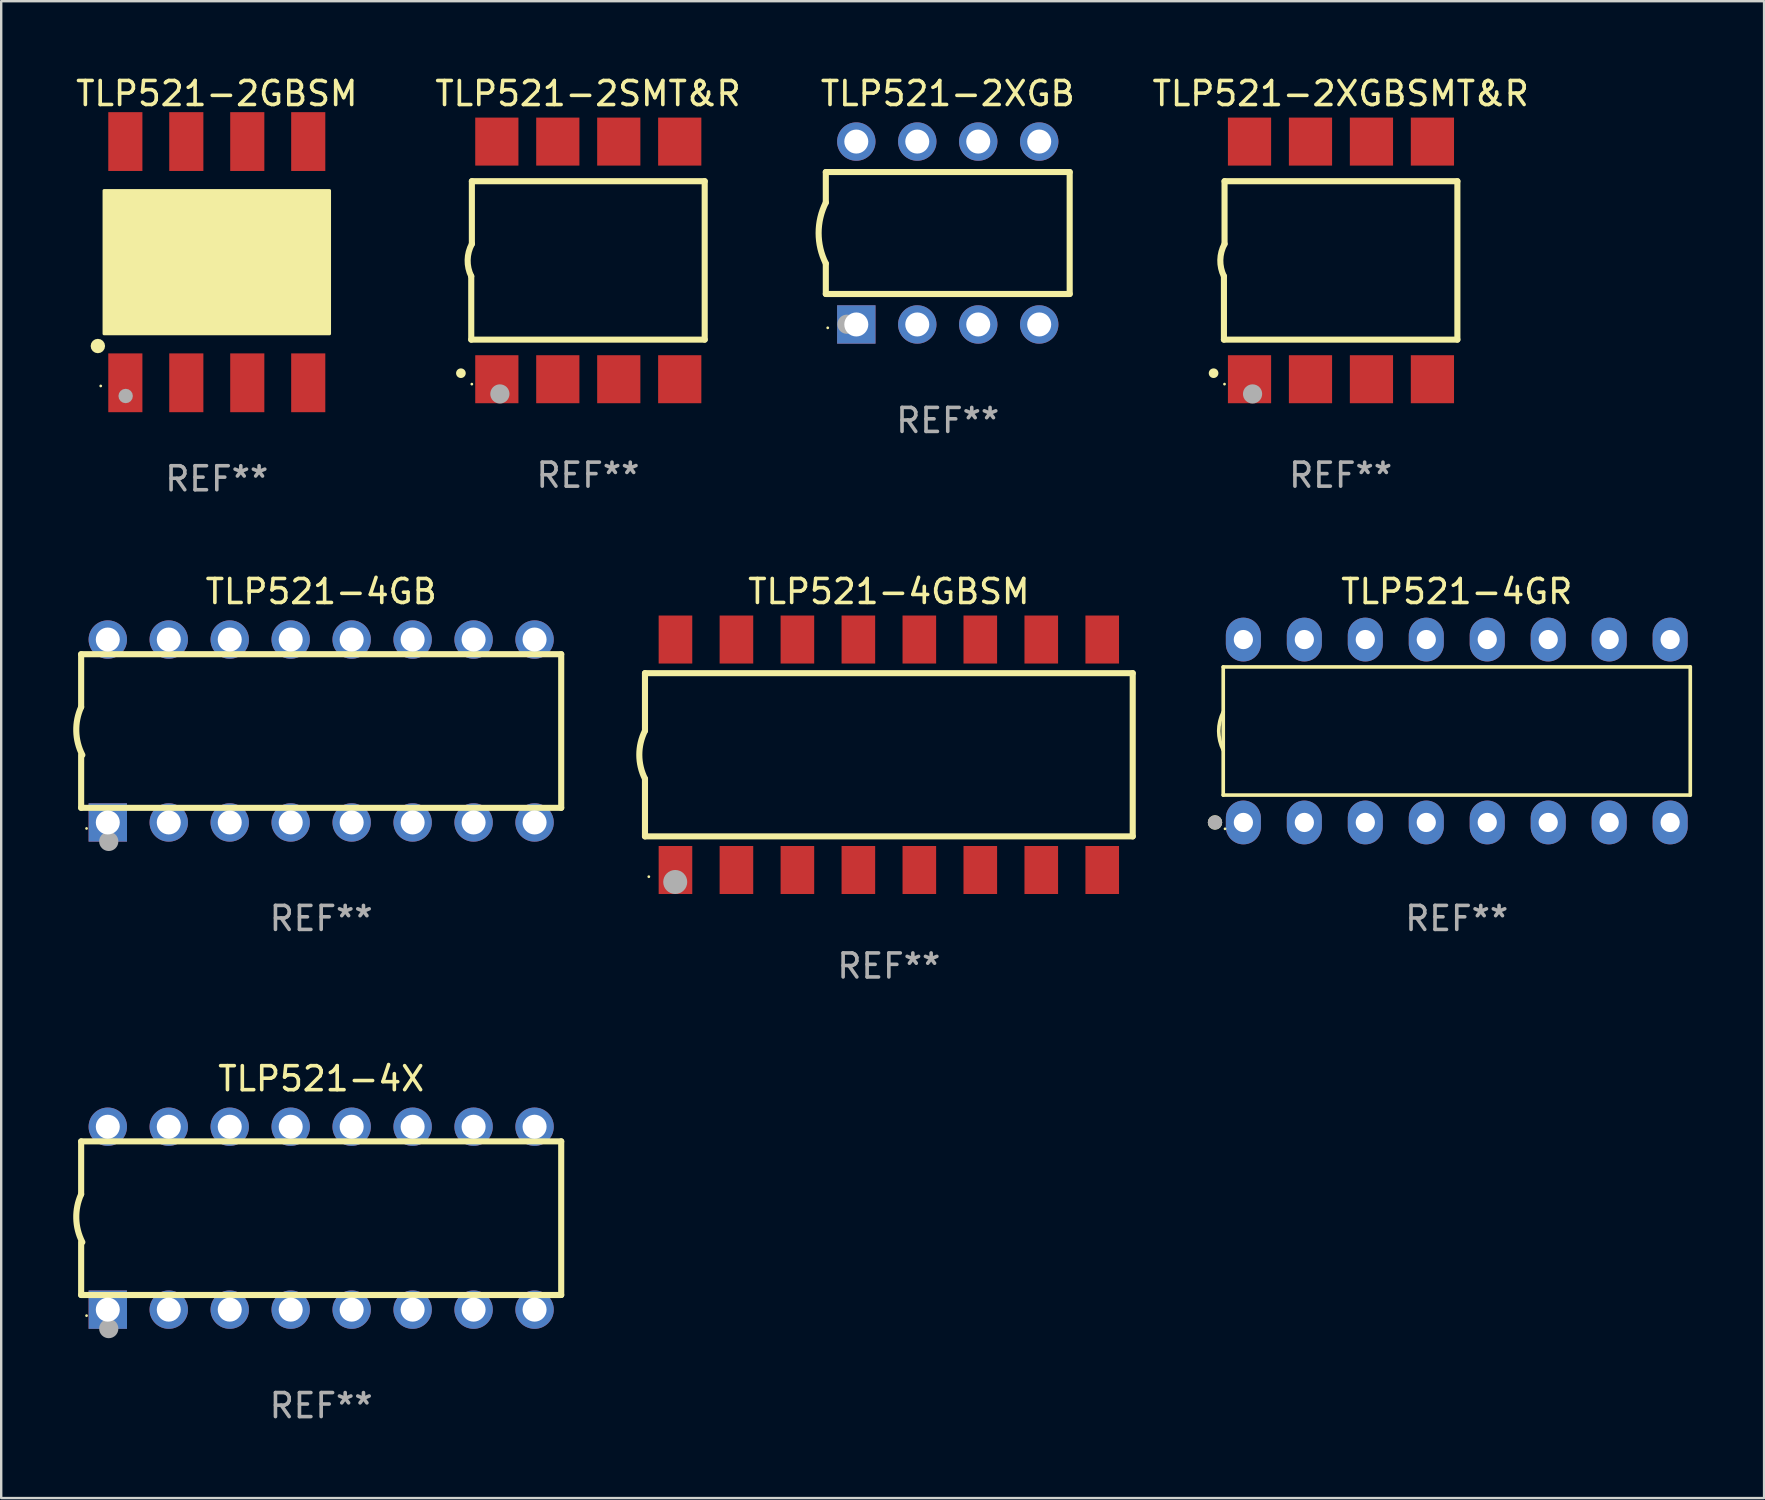
<source format=kicad_pcb>
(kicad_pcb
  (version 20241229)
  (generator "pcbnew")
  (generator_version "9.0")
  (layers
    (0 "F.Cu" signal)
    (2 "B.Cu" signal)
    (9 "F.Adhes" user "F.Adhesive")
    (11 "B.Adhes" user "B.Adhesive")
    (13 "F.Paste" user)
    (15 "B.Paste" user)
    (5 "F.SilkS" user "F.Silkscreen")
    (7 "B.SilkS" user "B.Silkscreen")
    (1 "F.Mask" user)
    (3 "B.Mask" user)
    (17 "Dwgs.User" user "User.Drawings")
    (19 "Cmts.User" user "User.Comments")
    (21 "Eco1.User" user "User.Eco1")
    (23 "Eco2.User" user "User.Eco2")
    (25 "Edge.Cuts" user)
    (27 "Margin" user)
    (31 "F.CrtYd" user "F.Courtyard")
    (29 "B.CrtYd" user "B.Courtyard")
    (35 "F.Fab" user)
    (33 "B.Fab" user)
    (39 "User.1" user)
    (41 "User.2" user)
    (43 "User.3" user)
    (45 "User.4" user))
  (footprint "TLP521-2XGBSMT&R"
    (layer "F.Cu")
    (at 52.804 7.799)
    (property "Reference" "TLP521-2XGBSMT&R" (at 0 -6.95 0) (layer "F.SilkS") (effects (font (size 1 1) (thickness 0.15))))
    (attr through_hole)
    (fp_line (start -4.863 3.3) (end -4.863 0.66) (stroke (width 0.254) (type solid)) (layer "F.SilkS"))
    (fp_line (start -4.837 -3.3) (end -4.837 -0.686) (stroke (width 0.254) (type solid)) (layer "F.SilkS"))
    (fp_line (start -4.837 -3.3) (end 4.863 -3.3) (stroke (width 0.254) (type solid)) (layer "F.SilkS"))
    (fp_line (start 4.863 -3.3) (end 4.863 3.3) (stroke (width 0.254) (type solid)) (layer "F.SilkS"))
    (fp_line (start 4.863 3.3) (end -4.863 3.3) (stroke (width 0.254) (type solid)) (layer "F.SilkS"))
    (fp_arc (start -5.295212 4.699009) (mid -5.293942 4.699005) (end -5.292672 4.699009) (stroke (width 0.4) (type solid)) (layer "F.SilkS"))
    (fp_arc (start -4.863411 0.660401) (mid -5.013163 -0.015948) (end -4.836614 -0.685801) (stroke (width 0.254001) (type solid)) (layer "F.SilkS"))
    (fp_circle (center -4.839 5.154) (end -4.809 5.154) (stroke (width 0.06) (type solid)) (fill no) (layer "F.SilkS"))
    (fp_circle (center -3.67 5.563) (end -3.47 5.563) (stroke (width 0.4) (type solid)) (fill no) (layer "F.Fab"))
    (fp_text user "REF**" (at 0 8.95 0) (layer "F.Fab") (effects (font (size 1 1) (thickness 0.15))))
    (pad "1" smd rect (at -3.797 4.95) (size 1.8 2) (layers "F.Cu" "F.Mask" "F.Paste"))
    (pad "2" smd rect (at -1.257 4.95) (size 1.8 2) (layers "F.Cu" "F.Mask" "F.Paste"))
    (pad "3" smd rect (at 1.283 4.95) (size 1.8 2) (layers "F.Cu" "F.Mask" "F.Paste"))
    (pad "4" smd rect (at 3.823 4.95) (size 1.8 2) (layers "F.Cu" "F.Mask" "F.Paste"))
    (pad "5" smd rect (at 3.823 -4.95 180) (size 1.8 2) (layers "F.Cu" "F.Mask" "F.Paste"))
    (pad "6" smd rect (at 1.283 -4.95 180) (size 1.8 2) (layers "F.Cu" "F.Mask" "F.Paste"))
    (pad "7" smd rect (at -1.257 -4.95 180) (size 1.8 2) (layers "F.Cu" "F.Mask" "F.Paste"))
    (pad "8" smd rect (at -3.797 -4.95 180) (size 1.8 2) (layers "F.Cu" "F.Mask" "F.Paste")))
  (footprint "TLP521-4GR"
    (layer "F.Cu")
    (at 57.641 27.405)
    (property "Reference" "TLP521-4GR" (at 0 -5.81 0) (layer "F.SilkS") (effects (font (size 1 1) (thickness 0.15))))
    (attr through_hole)
    (fp_line (start -9.729 -2.669) (end 9.729 -2.669) (stroke (width 0.152) (type solid)) (layer "F.SilkS"))
    (fp_line (start -9.729 2.669) (end -9.729 -2.669) (stroke (width 0.152) (type solid)) (layer "F.SilkS"))
    (fp_line (start 9.729 -2.669) (end 9.729 2.669) (stroke (width 0.152) (type solid)) (layer "F.SilkS"))
    (fp_line (start 9.729 2.669) (end -9.729 2.669) (stroke (width 0.152) (type solid)) (layer "F.SilkS"))
    (fp_arc (start -9.728727 0.793751) (mid -9.916106 0) (end -9.728727 -0.793752) (stroke (width 0.1524) (type solid)) (layer "F.SilkS"))
    (fp_circle (center -10.072 3.81) (end -9.922 3.81) (stroke (width 0.3) (type solid)) (fill no) (layer "F.SilkS"))
    (fp_circle (center -9.653 4.075) (end -9.623 4.075) (stroke (width 0.06) (type solid)) (fill no) (layer "F.SilkS"))
    (fp_circle (center -10.072 3.81) (end -9.922 3.81) (stroke (width 0.3) (type solid)) (fill no) (layer "F.Fab"))
    (fp_text user "REF**" (at 0 7.81 0) (layer "F.Fab") (effects (font (size 1 1) (thickness 0.15))))
    (pad "1" thru_hole oval (at -8.89 3.81) (size 1.46 1.825) (drill 0.8) (layers "*.Cu" "*.Mask"))
    (pad "2" thru_hole oval (at -6.35 3.81) (size 1.46 1.825) (drill 0.8) (layers "*.Cu" "*.Mask"))
    (pad "3" thru_hole oval (at -3.81 3.81) (size 1.46 1.825) (drill 0.8) (layers "*.Cu" "*.Mask"))
    (pad "4" thru_hole oval (at -1.27 3.81) (size 1.46 1.825) (drill 0.8) (layers "*.Cu" "*.Mask"))
    (pad "5" thru_hole oval (at 1.27 3.81) (size 1.46 1.825) (drill 0.8) (layers "*.Cu" "*.Mask"))
    (pad "6" thru_hole oval (at 3.81 3.81) (size 1.46 1.825) (drill 0.8) (layers "*.Cu" "*.Mask"))
    (pad "7" thru_hole oval (at 6.35 3.81) (size 1.46 1.825) (drill 0.8) (layers "*.Cu" "*.Mask"))
    (pad "8" thru_hole oval (at 8.89 3.81) (size 1.46 1.825) (drill 0.8) (layers "*.Cu" "*.Mask"))
    (pad "9" thru_hole oval (at 8.89 -3.81) (size 1.46 1.825) (drill 0.8) (layers "*.Cu" "*.Mask"))
    (pad "10" thru_hole oval (at 6.35 -3.81) (size 1.46 1.825) (drill 0.8) (layers "*.Cu" "*.Mask"))
    (pad "11" thru_hole oval (at 3.81 -3.81) (size 1.46 1.825) (drill 0.8) (layers "*.Cu" "*.Mask"))
    (pad "12" thru_hole oval (at 1.27 -3.81) (size 1.46 1.825) (drill 0.8) (layers "*.Cu" "*.Mask"))
    (pad "13" thru_hole oval (at -1.27 -3.81) (size 1.46 1.825) (drill 0.8) (layers "*.Cu" "*.Mask"))
    (pad "14" thru_hole oval (at -3.81 -3.81) (size 1.46 1.825) (drill 0.8) (layers "*.Cu" "*.Mask"))
    (pad "15" thru_hole oval (at -6.35 -3.81) (size 1.46 1.825) (drill 0.8) (layers "*.Cu" "*.Mask"))
    (pad "16" thru_hole oval (at -8.89 -3.81) (size 1.46 1.825) (drill 0.8) (layers "*.Cu" "*.Mask")))
  (footprint "TLP521-4GB"
    (layer "F.Cu")
    (at 10.331 27.405)
    (property "Reference" "TLP521-4GB" (at 0 -5.81 0) (layer "F.SilkS") (effects (font (size 1 1) (thickness 0.15))))
    (attr through_hole)
    (fp_line (start -10 -0.998) (end -10 -3.198) (stroke (width 0.254) (type solid)) (layer "F.SilkS"))
    (fp_line (start -10 3.2) (end -10 1) (stroke (width 0.254) (type solid)) (layer "F.SilkS"))
    (fp_line (start 10 -3.2) (end -10 -3.2) (stroke (width 0.254) (type solid)) (layer "F.SilkS"))
    (fp_line (start 10 3.2) (end -10 3.2) (stroke (width 0.254) (type solid)) (layer "F.SilkS"))
    (fp_line (start 10 3.2) (end 10 -3.2) (stroke (width 0.254) (type solid)) (layer "F.SilkS"))
    (fp_arc (start -9.949975 0.999974) (mid -10.203153 0.005693) (end -9.999987 -1) (stroke (width 0.254001) (type solid)) (layer "F.SilkS"))
    (fp_circle (center -9.775 4.06) (end -9.745 4.06) (stroke (width 0.06) (type solid)) (fill no) (layer "F.SilkS"))
    (fp_circle (center -8.85 4.6) (end -8.65 4.6) (stroke (width 0.4) (type solid)) (fill no) (layer "F.Fab"))
    (fp_text user "REF**" (at 0 7.81 0) (layer "F.Fab") (effects (font (size 1 1) (thickness 0.15))))
    (pad "1" thru_hole rect (at -8.89 3.81 90) (size 1.6 1.6) (drill 1) (layers "*.Cu" "*.Mask"))
    (pad "2" thru_hole circle (at -6.35 3.81) (size 1.6 1.6) (drill 1) (layers "*.Cu" "*.Mask"))
    (pad "3" thru_hole circle (at -3.81 3.81) (size 1.6 1.6) (drill 1) (layers "*.Cu" "*.Mask"))
    (pad "4" thru_hole circle (at -1.27 3.81) (size 1.6 1.6) (drill 1) (layers "*.Cu" "*.Mask"))
    (pad "5" thru_hole circle (at 1.27 3.81) (size 1.6 1.6) (drill 1) (layers "*.Cu" "*.Mask"))
    (pad "6" thru_hole circle (at 3.81 3.81) (size 1.6 1.6) (drill 1) (layers "*.Cu" "*.Mask"))
    (pad "7" thru_hole circle (at 6.35 3.81) (size 1.6 1.6) (drill 1) (layers "*.Cu" "*.Mask"))
    (pad "8" thru_hole circle (at 8.89 3.81) (size 1.6 1.6) (drill 1) (layers "*.Cu" "*.Mask"))
    (pad "9" thru_hole circle (at 8.89 -3.81) (size 1.6 1.6) (drill 1) (layers "*.Cu" "*.Mask"))
    (pad "10" thru_hole circle (at 6.35 -3.81) (size 1.6 1.6) (drill 1) (layers "*.Cu" "*.Mask"))
    (pad "11" thru_hole circle (at 3.81 -3.81) (size 1.6 1.6) (drill 1) (layers "*.Cu" "*.Mask"))
    (pad "12" thru_hole circle (at 1.27 -3.81) (size 1.6 1.6) (drill 1) (layers "*.Cu" "*.Mask"))
    (pad "13" thru_hole circle (at -1.27 -3.81) (size 1.6 1.6) (drill 1) (layers "*.Cu" "*.Mask"))
    (pad "14" thru_hole circle (at -3.81 -3.81) (size 1.6 1.6) (drill 1) (layers "*.Cu" "*.Mask"))
    (pad "15" thru_hole circle (at -6.35 -3.81) (size 1.6 1.6) (drill 1) (layers "*.Cu" "*.Mask"))
    (pad "16" thru_hole circle (at -8.89 -3.81) (size 1.6 1.6) (drill 1) (layers "*.Cu" "*.Mask")))
  (footprint "TLP521-4X"
    (layer "F.Cu")
    (at 10.331 47.702)
    (property "Reference" "TLP521-4X" (at 0 -5.81 0) (layer "F.SilkS") (effects (font (size 1 1) (thickness 0.15))))
    (attr through_hole)
    (fp_line (start -10 -0.998) (end -10 -3.198) (stroke (width 0.254) (type solid)) (layer "F.SilkS"))
    (fp_line (start -10 3.2) (end -10 1) (stroke (width 0.254) (type solid)) (layer "F.SilkS"))
    (fp_line (start 10 -3.2) (end -10 -3.2) (stroke (width 0.254) (type solid)) (layer "F.SilkS"))
    (fp_line (start 10 3.2) (end -10 3.2) (stroke (width 0.254) (type solid)) (layer "F.SilkS"))
    (fp_line (start 10 3.2) (end 10 -3.2) (stroke (width 0.254) (type solid)) (layer "F.SilkS"))
    (fp_arc (start -9.949975 0.999974) (mid -10.203153 0.005693) (end -9.999987 -1) (stroke (width 0.254001) (type solid)) (layer "F.SilkS"))
    (fp_circle (center -9.775 4.06) (end -9.745 4.06) (stroke (width 0.06) (type solid)) (fill no) (layer "F.SilkS"))
    (fp_circle (center -8.85 4.6) (end -8.65 4.6) (stroke (width 0.4) (type solid)) (fill no) (layer "F.Fab"))
    (fp_text user "REF**" (at 0 7.81 0) (layer "F.Fab") (effects (font (size 1 1) (thickness 0.15))))
    (pad "1" thru_hole rect (at -8.89 3.81 90) (size 1.6 1.6) (drill 1) (layers "*.Cu" "*.Mask"))
    (pad "2" thru_hole circle (at -6.35 3.81) (size 1.6 1.6) (drill 1) (layers "*.Cu" "*.Mask"))
    (pad "3" thru_hole circle (at -3.81 3.81) (size 1.6 1.6) (drill 1) (layers "*.Cu" "*.Mask"))
    (pad "4" thru_hole circle (at -1.27 3.81) (size 1.6 1.6) (drill 1) (layers "*.Cu" "*.Mask"))
    (pad "5" thru_hole circle (at 1.27 3.81) (size 1.6 1.6) (drill 1) (layers "*.Cu" "*.Mask"))
    (pad "6" thru_hole circle (at 3.81 3.81) (size 1.6 1.6) (drill 1) (layers "*.Cu" "*.Mask"))
    (pad "7" thru_hole circle (at 6.35 3.81) (size 1.6 1.6) (drill 1) (layers "*.Cu" "*.Mask"))
    (pad "8" thru_hole circle (at 8.89 3.81) (size 1.6 1.6) (drill 1) (layers "*.Cu" "*.Mask"))
    (pad "9" thru_hole circle (at 8.89 -3.81) (size 1.6 1.6) (drill 1) (layers "*.Cu" "*.Mask"))
    (pad "10" thru_hole circle (at 6.35 -3.81) (size 1.6 1.6) (drill 1) (layers "*.Cu" "*.Mask"))
    (pad "11" thru_hole circle (at 3.81 -3.81) (size 1.6 1.6) (drill 1) (layers "*.Cu" "*.Mask"))
    (pad "12" thru_hole circle (at 1.27 -3.81) (size 1.6 1.6) (drill 1) (layers "*.Cu" "*.Mask"))
    (pad "13" thru_hole circle (at -1.27 -3.81) (size 1.6 1.6) (drill 1) (layers "*.Cu" "*.Mask"))
    (pad "14" thru_hole circle (at -3.81 -3.81) (size 1.6 1.6) (drill 1) (layers "*.Cu" "*.Mask"))
    (pad "15" thru_hole circle (at -6.35 -3.81) (size 1.6 1.6) (drill 1) (layers "*.Cu" "*.Mask"))
    (pad "16" thru_hole circle (at -8.89 -3.81) (size 1.6 1.6) (drill 1) (layers "*.Cu" "*.Mask")))
  (footprint "TLP521-2GBSM"
    (layer "F.Cu")
    (at 5.982 7.873)
    (property "Reference" "TLP521-2GBSM" (at 0 -7.025 0) (layer "F.SilkS") (effects (font (size 1 1) (thickness 0.15))))
    (attr through_hole)
    (fp_circle (center -4.955 3.493) (end -4.805 3.493) (stroke (width 0.3) (type solid)) (fill no) (layer "F.SilkS"))
    (fp_circle (center -4.835 5.157) (end -4.805 5.157) (stroke (width 0.06) (type solid)) (fill no) (layer "F.SilkS"))
    (fp_poly (pts (xy -4.699 -2.985) (xy 4.699 -2.985) (xy 4.699 2.985) (xy -4.699 2.985)) (stroke (width 0.12) (type solid)) (fill yes) (layer "F.SilkS"))
    (fp_circle (center -3.797 5.575) (end -3.647 5.575) (stroke (width 0.3) (type solid)) (fill no) (layer "F.Fab"))
    (fp_text user "REF**" (at 0 9.025 0) (layer "F.Fab") (effects (font (size 1 1) (thickness 0.15))))
    (pad "1" smd rect (at -3.81 5.025) (size 1.422 2.45) (layers "F.Cu" "F.Mask" "F.Paste"))
    (pad "2" smd rect (at -1.27 5.025) (size 1.422 2.45) (layers "F.Cu" "F.Mask" "F.Paste"))
    (pad "3" smd rect (at 1.27 5.025) (size 1.422 2.45) (layers "F.Cu" "F.Mask" "F.Paste"))
    (pad "4" smd rect (at 3.81 5.025) (size 1.422 2.45) (layers "F.Cu" "F.Mask" "F.Paste"))
    (pad "5" smd rect (at 3.81 -5.025) (size 1.422 2.45) (layers "F.Cu" "F.Mask" "F.Paste"))
    (pad "6" smd rect (at 1.27 -5.025) (size 1.422 2.45) (layers "F.Cu" "F.Mask" "F.Paste"))
    (pad "7" smd rect (at -1.27 -5.025) (size 1.422 2.45) (layers "F.Cu" "F.Mask" "F.Paste"))
    (pad "8" smd rect (at -3.81 -5.025) (size 1.422 2.45) (layers "F.Cu" "F.Mask" "F.Paste")))
  (footprint "TLP521-2XGB"
    (layer "F.Cu")
    (at 36.435 6.658)
    (property "Reference" "TLP521-2XGB" (at 0 -5.81 0) (layer "F.SilkS") (effects (font (size 1 1) (thickness 0.15))))
    (attr through_hole)
    (fp_line (start -5.08 -1.27) (end -5.08 -2.54) (stroke (width 0.254) (type solid)) (layer "F.SilkS"))
    (fp_line (start -5.08 2.54) (end -5.08 1.27) (stroke (width 0.254) (type solid)) (layer "F.SilkS"))
    (fp_line (start 5.08 -2.54) (end -5.08 -2.54) (stroke (width 0.254) (type solid)) (layer "F.SilkS"))
    (fp_line (start 5.08 2.54) (end -5.08 2.54) (stroke (width 0.254) (type solid)) (layer "F.SilkS"))
    (fp_line (start 5.08 2.54) (end 5.08 -2.54) (stroke (width 0.254) (type solid)) (layer "F.SilkS"))
    (fp_arc (start -5.080011 1.270002) (mid -5.379818 -0.000001) (end -5.08001 -1.270003) (stroke (width 0.254001) (type solid)) (layer "F.SilkS"))
    (fp_circle (center -5 3.95) (end -4.97 3.95) (stroke (width 0.06) (type solid)) (fill no) (layer "F.SilkS"))
    (fp_circle (center -4.2 3.8) (end -4 3.8) (stroke (width 0.4) (type solid)) (fill no) (layer "F.Fab"))
    (fp_text user "REF**" (at 0 7.81 0) (layer "F.Fab") (effects (font (size 1 1) (thickness 0.15))))
    (pad "1" thru_hole rect (at -3.81 3.81) (size 1.6 1.6) (drill 1) (layers "*.Cu" "*.Mask"))
    (pad "2" thru_hole circle (at -1.27 3.81) (size 1.6 1.6) (drill 1) (layers "*.Cu" "*.Mask"))
    (pad "3" thru_hole circle (at 1.27 3.81) (size 1.6 1.6) (drill 1) (layers "*.Cu" "*.Mask"))
    (pad "4" thru_hole circle (at 3.81 3.81) (size 1.6 1.6) (drill 1) (layers "*.Cu" "*.Mask"))
    (pad "5" thru_hole circle (at 3.81 -3.81) (size 1.6 1.6) (drill 1) (layers "*.Cu" "*.Mask"))
    (pad "6" thru_hole circle (at 1.27 -3.81) (size 1.6 1.6) (drill 1) (layers "*.Cu" "*.Mask"))
    (pad "7" thru_hole circle (at -1.27 -3.81) (size 1.6 1.6) (drill 1) (layers "*.Cu" "*.Mask"))
    (pad "8" thru_hole circle (at -3.81 -3.81) (size 1.6 1.6) (drill 1) (layers "*.Cu" "*.Mask")))
  (footprint "TLP521-2SMT&R"
    (layer "F.Cu")
    (at 21.446 7.799)
    (property "Reference" "TLP521-2SMT&R" (at 0 -6.95 0) (layer "F.SilkS") (effects (font (size 1 1) (thickness 0.15))))
    (attr through_hole)
    (fp_line (start -4.863 3.3) (end -4.863 0.66) (stroke (width 0.254) (type solid)) (layer "F.SilkS"))
    (fp_line (start -4.837 -3.3) (end -4.837 -0.686) (stroke (width 0.254) (type solid)) (layer "F.SilkS"))
    (fp_line (start -4.837 -3.3) (end 4.863 -3.3) (stroke (width 0.254) (type solid)) (layer "F.SilkS"))
    (fp_line (start 4.863 -3.3) (end 4.863 3.3) (stroke (width 0.254) (type solid)) (layer "F.SilkS"))
    (fp_line (start 4.863 3.3) (end -4.863 3.3) (stroke (width 0.254) (type solid)) (layer "F.SilkS"))
    (fp_arc (start -5.295212 4.699009) (mid -5.293942 4.699005) (end -5.292672 4.699009) (stroke (width 0.4) (type solid)) (layer "F.SilkS"))
    (fp_arc (start -4.863411 0.660401) (mid -5.013163 -0.015948) (end -4.836614 -0.685801) (stroke (width 0.254001) (type solid)) (layer "F.SilkS"))
    (fp_circle (center -4.839 5.154) (end -4.809 5.154) (stroke (width 0.06) (type solid)) (fill no) (layer "F.SilkS"))
    (fp_circle (center -3.67 5.563) (end -3.47 5.563) (stroke (width 0.4) (type solid)) (fill no) (layer "F.Fab"))
    (fp_text user "REF**" (at 0 8.95 0) (layer "F.Fab") (effects (font (size 1 1) (thickness 0.15))))
    (pad "1" smd rect (at -3.797 4.95) (size 1.8 2) (layers "F.Cu" "F.Mask" "F.Paste"))
    (pad "2" smd rect (at -1.257 4.95) (size 1.8 2) (layers "F.Cu" "F.Mask" "F.Paste"))
    (pad "3" smd rect (at 1.283 4.95) (size 1.8 2) (layers "F.Cu" "F.Mask" "F.Paste"))
    (pad "4" smd rect (at 3.823 4.95) (size 1.8 2) (layers "F.Cu" "F.Mask" "F.Paste"))
    (pad "5" smd rect (at 3.823 -4.95 180) (size 1.8 2) (layers "F.Cu" "F.Mask" "F.Paste"))
    (pad "6" smd rect (at 1.283 -4.95 180) (size 1.8 2) (layers "F.Cu" "F.Mask" "F.Paste"))
    (pad "7" smd rect (at -1.257 -4.95 180) (size 1.8 2) (layers "F.Cu" "F.Mask" "F.Paste"))
    (pad "8" smd rect (at -3.797 -4.95 180) (size 1.8 2) (layers "F.Cu" "F.Mask" "F.Paste")))
  (footprint "TLP521-4GBSM"
    (layer "F.Cu")
    (at 33.981 28.395)
    (property "Reference" "TLP521-4GBSM" (at 0 -6.801 0) (layer "F.SilkS") (effects (font (size 1 1) (thickness 0.15))))
    (attr through_hole)
    (fp_line (start -10.16 -3.4) (end -10.16 -1) (stroke (width 0.254) (type solid)) (layer "F.SilkS"))
    (fp_line (start -10.16 3.4) (end -10.16 1) (stroke (width 0.254) (type solid)) (layer "F.SilkS"))
    (fp_line (start 10.16 -3.4) (end -10.16 -3.4) (stroke (width 0.254) (type solid)) (layer "F.SilkS"))
    (fp_line (start 10.16 -3.4) (end 10.16 3.4) (stroke (width 0.254) (type solid)) (layer "F.SilkS"))
    (fp_line (start 10.16 3.4) (end -10.16 3.4) (stroke (width 0.254) (type solid)) (layer "F.SilkS"))
    (fp_arc (start -10.16002 1.000762) (mid -10.396178 0.000381) (end -10.16002 -1) (stroke (width 0.254001) (type solid)) (layer "F.SilkS"))
    (fp_circle (center -10 5.08) (end -9.97 5.08) (stroke (width 0.06) (type solid)) (fill no) (layer "F.SilkS"))
    (fp_circle (center -8.9 5.3) (end -8.65 5.3) (stroke (width 0.5) (type solid)) (fill no) (layer "F.Fab"))
    (fp_text user "REF**" (at 0 8.801 0) (layer "F.Fab") (effects (font (size 1 1) (thickness 0.15))))
    (pad "1" smd rect (at -8.89 4.801 180) (size 1.4 2) (layers "F.Cu" "F.Mask" "F.Paste"))
    (pad "2" smd rect (at -6.35 4.801 180) (size 1.4 2) (layers "F.Cu" "F.Mask" "F.Paste"))
    (pad "3" smd rect (at -3.81 4.801 180) (size 1.4 2) (layers "F.Cu" "F.Mask" "F.Paste"))
    (pad "4" smd rect (at -1.27 4.801 180) (size 1.4 2) (layers "F.Cu" "F.Mask" "F.Paste"))
    (pad "5" smd rect (at 1.27 4.801 180) (size 1.4 2) (layers "F.Cu" "F.Mask" "F.Paste"))
    (pad "6" smd rect (at 3.81 4.801 180) (size 1.4 2) (layers "F.Cu" "F.Mask" "F.Paste"))
    (pad "7" smd rect (at 6.35 4.801 180) (size 1.4 2) (layers "F.Cu" "F.Mask" "F.Paste"))
    (pad "8" smd rect (at 8.89 4.801 180) (size 1.4 2) (layers "F.Cu" "F.Mask" "F.Paste"))
    (pad "9" smd rect (at 8.89 -4.801 180) (size 1.4 2) (layers "F.Cu" "F.Mask" "F.Paste"))
    (pad "10" smd rect (at 6.35 -4.801 180) (size 1.4 2) (layers "F.Cu" "F.Mask" "F.Paste"))
    (pad "11" smd rect (at 3.81 -4.801 180) (size 1.4 2) (layers "F.Cu" "F.Mask" "F.Paste"))
    (pad "12" smd rect (at 1.27 -4.801 180) (size 1.4 2) (layers "F.Cu" "F.Mask" "F.Paste"))
    (pad "13" smd rect (at -1.27 -4.801 180) (size 1.4 2) (layers "F.Cu" "F.Mask" "F.Paste"))
    (pad "14" smd rect (at -3.81 -4.801 180) (size 1.4 2) (layers "F.Cu" "F.Mask" "F.Paste"))
    (pad "15" smd rect (at -6.35 -4.801 180) (size 1.4 2) (layers "F.Cu" "F.Mask" "F.Paste"))
    (pad "16" smd rect (at -8.89 -4.801 180) (size 1.4 2) (layers "F.Cu" "F.Mask" "F.Paste")))
  (gr_rect
    (start -3 -3)
    (end 70.445 59.361)
    (stroke (width 0.1) (type default))
    (fill no)
    (layer "Edge.Cuts")))
</source>
